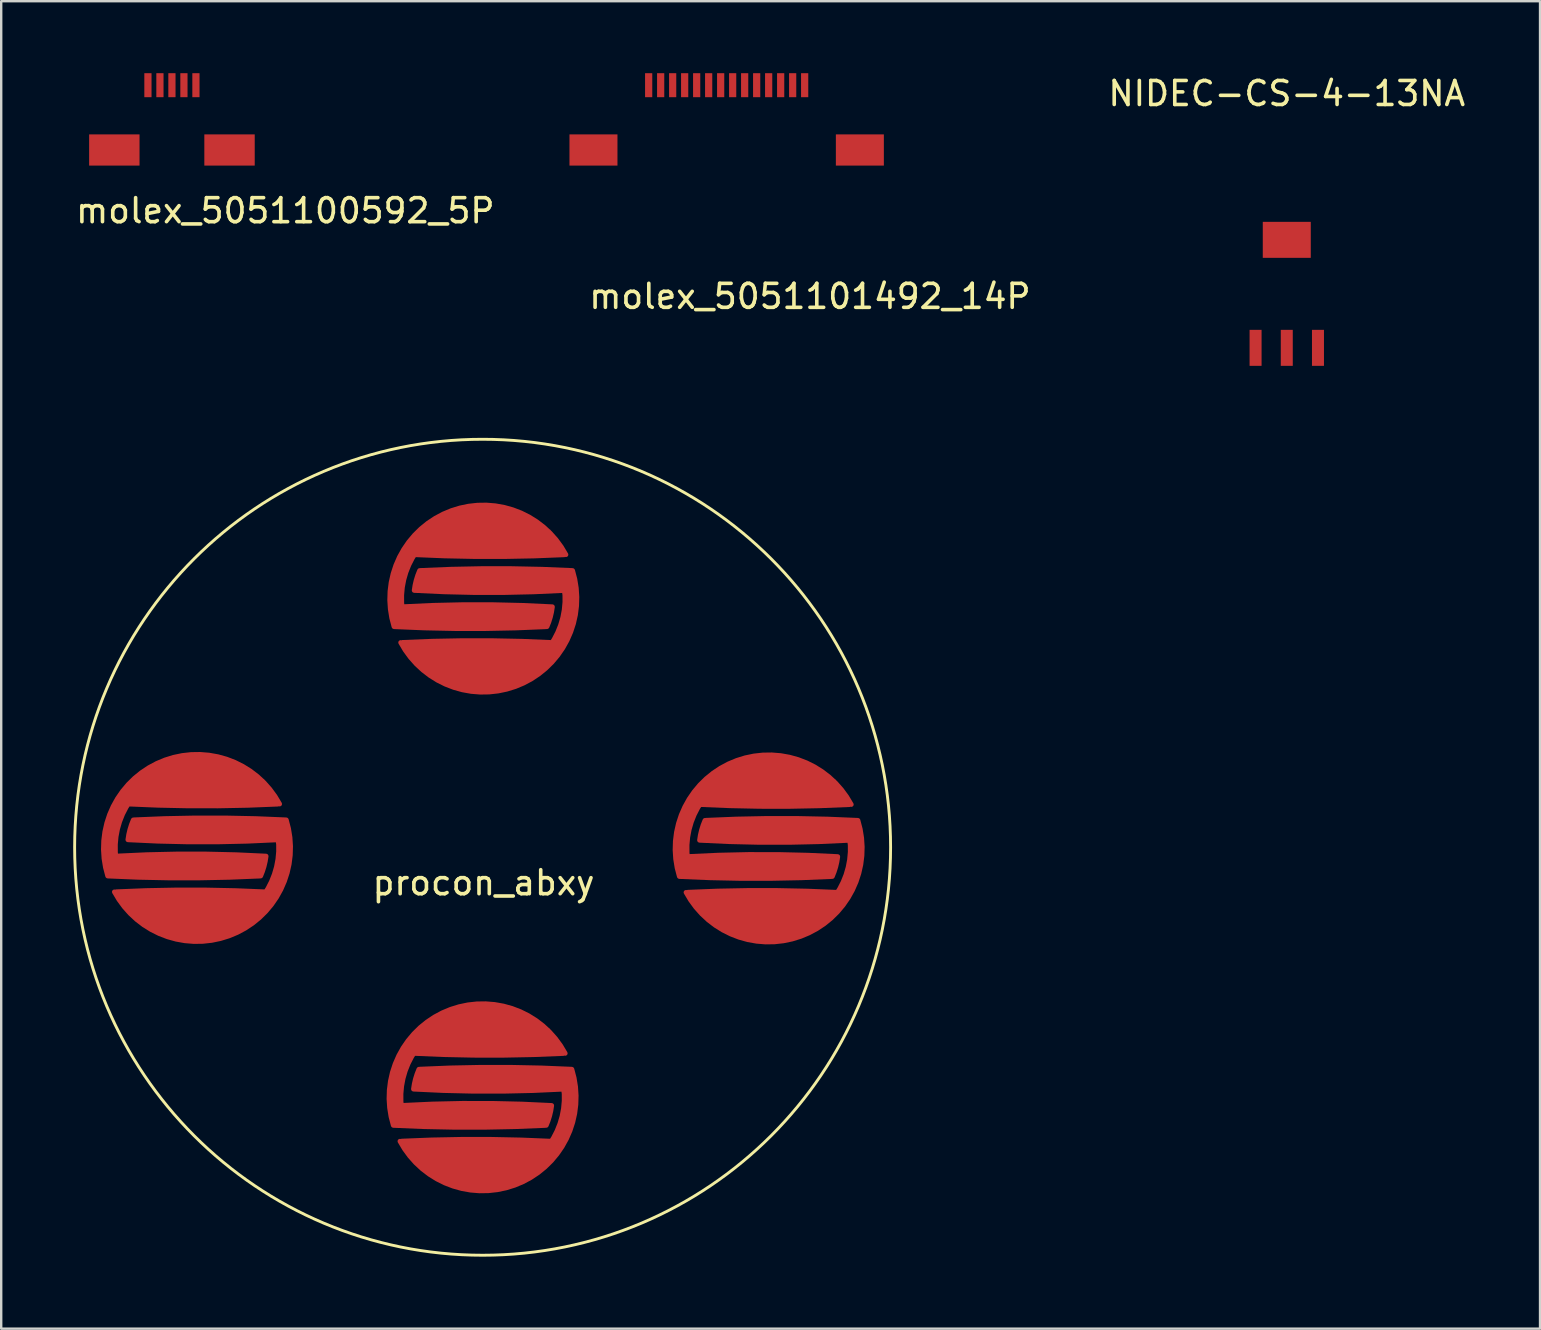
<source format=kicad_pcb>
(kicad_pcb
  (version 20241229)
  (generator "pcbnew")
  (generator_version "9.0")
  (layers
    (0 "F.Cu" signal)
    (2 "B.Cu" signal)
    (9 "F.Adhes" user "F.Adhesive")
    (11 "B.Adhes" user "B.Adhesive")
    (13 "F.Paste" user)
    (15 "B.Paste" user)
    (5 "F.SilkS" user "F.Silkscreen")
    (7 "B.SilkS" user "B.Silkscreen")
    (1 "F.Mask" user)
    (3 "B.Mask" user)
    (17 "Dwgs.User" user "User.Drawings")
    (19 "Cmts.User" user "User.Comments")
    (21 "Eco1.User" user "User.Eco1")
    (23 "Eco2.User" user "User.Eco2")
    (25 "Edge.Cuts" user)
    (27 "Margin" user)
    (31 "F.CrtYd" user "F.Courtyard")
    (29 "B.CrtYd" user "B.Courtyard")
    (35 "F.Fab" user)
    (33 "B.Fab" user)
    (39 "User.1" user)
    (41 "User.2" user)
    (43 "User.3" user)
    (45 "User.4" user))
  (footprint "NIDEC-CS-4-13NA"
    (layer "F.Cu")
    (at 50.568 6.944)
    (property "Reference" "NIDEC-CS-4-13NA" (at 0 -6.096 0) (layer "F.SilkS") (effects (font (size 1 1) (thickness 0.15))))
    (attr smd)
    (pad "1" smd rect (at -1.3 4.5) (size 0.5 1.5) (layers "F.Cu" "F.Mask" "F.Paste"))
    (pad "2" smd rect (at 0 4.5) (size 0.5 1.5) (layers "F.Cu" "F.Mask" "F.Paste"))
    (pad "3" smd rect (at 0 0) (size 2 1.5) (layers "F.Cu" "F.Mask" "F.Paste"))
    (pad "4" smd rect (at 1.3 4.5) (size 0.5 1.5) (layers "F.Cu" "F.Mask" "F.Paste")))
  (footprint "molex_5051100592_5P"
    (layer "F.Cu")
    (at 3.114 0.5)
    (property "Reference" "molex_5051100592_5P" (at 5.725 5.231 0) (layer "F.SilkS") (effects (font (size 1 1) (thickness 0.15))))
    (attr smd)
    (pad "" smd rect (at -1.4 2.7 90) (size 1.3 2.1) (layers "F.Cu" "F.Mask" "F.Paste"))
    (pad "" smd rect (at 3.4 2.7 90) (size 1.3 2.1) (layers "F.Cu" "F.Mask" "F.Paste"))
    (pad "1" smd rect (at 0 0 90) (size 1 0.3) (layers "F.Cu" "F.Mask" "F.Paste"))
    (pad "2" smd rect (at 0.5 0 90) (size 1 0.3) (layers "F.Cu" "F.Mask" "F.Paste"))
    (pad "3" smd rect (at 1 0 90) (size 1 0.3) (layers "F.Cu" "F.Mask" "F.Paste"))
    (pad "4" smd rect (at 1.5 0 90) (size 1 0.3) (layers "F.Cu" "F.Mask" "F.Paste"))
    (pad "5" smd rect (at 2 0 90) (size 1 0.3) (layers "F.Cu" "F.Mask" "F.Paste")))
  (footprint "procon_abxy"
    (layer "F.Cu")
    (at 17.06 32.254)
    (property "Reference" "procon_abxy" (at 0.04 1.48 0) (layer "F.SilkS") (effects (font (size 1 1) (thickness 0.15))))
    (attr exclude_from_pos_files exclude_from_bom)
    (fp_circle (center 0 0) (end 17 0) (stroke (width 0.12) (type solid)) (fill no) (layer "F.SilkS"))
    (pad "" smd circle (at -11.91 0.02) (size 8 8) (layers "F.Mask"))
    (pad "" smd circle (at 0.01 10.45) (size 8 8) (layers "F.Mask"))
    (pad "" smd circle (at 0.03 -10.36) (size 8 8) (layers "F.Mask"))
    (pad "" smd circle (at 11.93 0.04) (size 8 8) (layers "F.Mask"))
    (pad "1" smd custom (at 11.79 -2.7 90) (size 1.524 1.524) (layers "F.Cu" "F.Mask" "F.Paste") (options (anchor circle)) (primitives (gr_arc (start -0.922404 3.500009) (mid -0.999506 0.3815) (end -0.918734 -2.736916) (width 0.2)) (gr_arc (start -3.088552 -3.254467) (mid -1.95999 -3.178703) (end -0.918734 -2.736916) (width 0.2)) (gr_arc (start -3.920226 2.752478) (mid -4.001145 -0.419724) (end -3.9187 -3.591887) (width 0.2)) (gr_arc (start -3.08652 -3.209513) (mid -2.998257 -0.100476) (end -3.089109 3.008487) (width 0.2)) (gr_arc (start -3.091754 3.008173) (mid -3.513628 2.925856) (end -3.9187 2.782087) (width 0.2)) (gr_poly (pts (xy -3.91 2.75) (xy -3.16 2.99) (xy -3.05 1.75) (xy -3.05 0) (xy -3.08 -2.22) (xy -3.1 -3.24) (xy -2.65 -3.28) (xy -1.91 -3.2) (xy -1.2 -2.93) (xy -0.94 -2.75) (xy -0.96 -2.14) (xy -1 -0.39) (xy -0.96 0.97) (xy -0.92 2.77) (xy -0.94 3.42) (xy -0.84 3.5) (xy 0.08 2.89) (xy 0.63 1.99) (xy 0.91 1.46) (xy 1.08 0.65) (xy 1.12 -0.17) (xy 0.79 -1.57) (xy 0.24 -2.28) (xy -0.45 -3.04) (xy -1.45 -3.55) (xy -2.36 -3.75) (xy -3.18 -3.77) (xy -3.77 -3.61) (xy -3.93 -3.61) (xy -3.95 -1.06)) (width 0.1) (fill yes)) (gr_arc (start -3.914194 -3.593301) (mid 0.849425 -1.375642) (end -0.918734 3.572459) (width 0.2))))
    (pad "2" smd custom (at -0.13 7.67 90) (size 1.524 1.524) (layers "F.Cu" "F.Mask" "F.Paste") (options (anchor circle)) (primitives (gr_arc (start -0.922404 3.500009) (mid -0.999506 0.3815) (end -0.918734 -2.736916) (width 0.2)) (gr_arc (start -3.088552 -3.254467) (mid -1.95999 -3.178703) (end -0.918734 -2.736916) (width 0.2)) (gr_arc (start -3.920226 2.752478) (mid -4.001145 -0.419724) (end -3.9187 -3.591887) (width 0.2)) (gr_arc (start -3.08652 -3.209513) (mid -2.998257 -0.100476) (end -3.089109 3.008487) (width 0.2)) (gr_arc (start -3.091754 3.008173) (mid -3.513628 2.925856) (end -3.9187 2.782087) (width 0.2)) (gr_poly (pts (xy -3.91 2.75) (xy -3.16 2.99) (xy -3.05 1.75) (xy -3.05 0) (xy -3.08 -2.22) (xy -3.1 -3.24) (xy -2.65 -3.28) (xy -1.91 -3.2) (xy -1.2 -2.93) (xy -0.94 -2.75) (xy -0.96 -2.14) (xy -1 -0.39) (xy -0.96 0.97) (xy -0.92 2.77) (xy -0.94 3.42) (xy -0.84 3.5) (xy 0.08 2.89) (xy 0.63 1.99) (xy 0.91 1.46) (xy 1.08 0.65) (xy 1.12 -0.17) (xy 0.79 -1.57) (xy 0.24 -2.28) (xy -0.45 -3.04) (xy -1.45 -3.55) (xy -2.36 -3.75) (xy -3.18 -3.77) (xy -3.77 -3.61) (xy -3.93 -3.61) (xy -3.95 -1.06)) (width 0.1) (fill yes)) (gr_arc (start -3.914194 -3.593301) (mid 0.849425 -1.375642) (end -0.918734 3.572459) (width 0.2))))
    (pad "3" smd custom (at -12.03 -2.72 90) (size 1.524 1.524) (layers "F.Cu" "F.Mask" "F.Paste") (options (anchor circle)) (primitives (gr_arc (start -0.922404 3.500009) (mid -0.999506 0.3815) (end -0.918734 -2.736916) (width 0.2)) (gr_arc (start -3.088552 -3.254467) (mid -1.95999 -3.178703) (end -0.918734 -2.736916) (width 0.2)) (gr_arc (start -3.920226 2.752478) (mid -4.001145 -0.419724) (end -3.9187 -3.591887) (width 0.2)) (gr_arc (start -3.08652 -3.209513) (mid -2.998257 -0.100476) (end -3.089109 3.008487) (width 0.2)) (gr_arc (start -3.091754 3.008173) (mid -3.513628 2.925856) (end -3.9187 2.782087) (width 0.2)) (gr_poly (pts (xy -3.91 2.75) (xy -3.16 2.99) (xy -3.05 1.75) (xy -3.05 0) (xy -3.08 -2.22) (xy -3.1 -3.24) (xy -2.65 -3.28) (xy -1.91 -3.2) (xy -1.2 -2.93) (xy -0.94 -2.75) (xy -0.96 -2.14) (xy -1 -0.39) (xy -0.96 0.97) (xy -0.92 2.77) (xy -0.94 3.42) (xy -0.84 3.5) (xy 0.08 2.89) (xy 0.63 1.99) (xy 0.91 1.46) (xy 1.08 0.65) (xy 1.12 -0.17) (xy 0.79 -1.57) (xy 0.24 -2.28) (xy -0.45 -3.04) (xy -1.45 -3.55) (xy -2.36 -3.75) (xy -3.18 -3.77) (xy -3.77 -3.61) (xy -3.93 -3.61) (xy -3.95 -1.06)) (width 0.1) (fill yes)) (gr_arc (start -3.914194 -3.593301) (mid 0.849425 -1.375642) (end -0.918734 3.572459) (width 0.2))))
    (pad "4" smd custom (at -0.1 -13.11 90) (size 1.524 1.524) (layers "F.Cu" "F.Mask" "F.Paste") (options (anchor circle)) (primitives (gr_arc (start -0.922404 3.500009) (mid -0.999506 0.3815) (end -0.918734 -2.736916) (width 0.2)) (gr_arc (start -3.088552 -3.254467) (mid -1.95999 -3.178703) (end -0.918734 -2.736916) (width 0.2)) (gr_arc (start -3.920226 2.752478) (mid -4.001145 -0.419724) (end -3.9187 -3.591887) (width 0.2)) (gr_arc (start -3.08652 -3.209513) (mid -2.998257 -0.100476) (end -3.089109 3.008487) (width 0.2)) (gr_arc (start -3.091754 3.008173) (mid -3.513628 2.925856) (end -3.9187 2.782087) (width 0.2)) (gr_poly (pts (xy -3.91 2.75) (xy -3.16 2.99) (xy -3.05 1.75) (xy -3.05 0) (xy -3.08 -2.22) (xy -3.1 -3.24) (xy -2.65 -3.28) (xy -1.91 -3.2) (xy -1.2 -2.93) (xy -0.94 -2.75) (xy -0.96 -2.14) (xy -1 -0.39) (xy -0.96 0.97) (xy -0.92 2.77) (xy -0.94 3.42) (xy -0.84 3.5) (xy 0.08 2.89) (xy 0.63 1.99) (xy 0.91 1.46) (xy 1.08 0.65) (xy 1.12 -0.17) (xy 0.79 -1.57) (xy 0.24 -2.28) (xy -0.45 -3.04) (xy -1.45 -3.55) (xy -2.36 -3.75) (xy -3.18 -3.77) (xy -3.77 -3.61) (xy -3.93 -3.61) (xy -3.95 -1.06)) (width 0.1) (fill yes)) (gr_arc (start -3.914194 -3.593301) (mid 0.849425 -1.375642) (end -0.918734 3.572459) (width 0.2))))
    (pad "GND" smd custom (at -11.95 2.8 90) (size 1.524 1.524) (layers "F.Cu" "F.Mask" "F.Paste") (options (anchor circle)) (primitives (gr_arc (start 3.94255 -2.57544) (mid 4.023469 0.596762) (end 3.941024 3.768925) (width 0.2)) (gr_arc (start 3.110877 3.431506) (mid 1.982315 3.355743) (end 0.941058 2.913955) (width 0.2)) (gr_poly (pts (xy 0.91 -3.32) (xy -0.03 -2.65) (xy -0.72 -1.6) (xy -1.12 -0.13) (xy -0.91 1.28) (xy -0.41 2.31) (xy 0.26 2.98) (xy 0.9 3.45) (xy 2.21 3.91) (xy 3.04 3.93) (xy 3.93 3.78) (xy 4 2.3) (xy 4.03 0.72) (xy 4 -0.9) (xy 3.96 -2.16) (xy 3.92 -2.56) (xy 3.18 -2.81) (xy 3.12 -2.29) (xy 3.07 -0.02) (xy 3.07 1.79) (xy 3.12 3.37) (xy 2.53 3.45) (xy 1.84 3.38) (xy 1.07 3.06) (xy 0.9 2.94) (xy 0.93 1.74) (xy 0.98 0.36) (xy 0.98 -0.69) (xy 0.96 -1.6)) (width 0.1) (fill yes)) (gr_arc (start 3.114078 -2.831135) (mid 3.535952 -2.748818) (end 3.941024 -2.605049) (width 0.2)) (gr_arc (start 3.936518 3.770339) (mid -0.827101 1.55268) (end 0.941058 -3.395421) (width 0.2)) (gr_arc (start 3.108844 3.38655) (mid 3.020581 0.277513) (end 3.111433 -2.831449) (width 0.2)) (gr_arc (start 0.944728 -3.32297) (mid 1.02183 -0.204461) (end 0.941058 2.913955) (width 0.2))))
    (pad "GND" smd custom (at -0.05 13.19 90) (size 1.524 1.524) (layers "F.Cu" "F.Mask" "F.Paste") (options (anchor circle)) (primitives (gr_arc (start 3.94255 -2.57544) (mid 4.023469 0.596762) (end 3.941024 3.768925) (width 0.2)) (gr_arc (start 3.110877 3.431506) (mid 1.982315 3.355743) (end 0.941058 2.913955) (width 0.2)) (gr_poly (pts (xy 0.91 -3.32) (xy -0.03 -2.65) (xy -0.72 -1.6) (xy -1.12 -0.13) (xy -0.91 1.28) (xy -0.41 2.31) (xy 0.26 2.98) (xy 0.9 3.45) (xy 2.21 3.91) (xy 3.04 3.93) (xy 3.93 3.78) (xy 4 2.3) (xy 4.03 0.72) (xy 4 -0.9) (xy 3.96 -2.16) (xy 3.92 -2.56) (xy 3.18 -2.81) (xy 3.12 -2.29) (xy 3.07 -0.02) (xy 3.07 1.79) (xy 3.12 3.37) (xy 2.53 3.45) (xy 1.84 3.38) (xy 1.07 3.06) (xy 0.9 2.94) (xy 0.93 1.74) (xy 0.98 0.36) (xy 0.98 -0.69) (xy 0.96 -1.6)) (width 0.1) (fill yes)) (gr_arc (start 3.114078 -2.831135) (mid 3.535952 -2.748818) (end 3.941024 -2.605049) (width 0.2)) (gr_arc (start 3.936518 3.770339) (mid -0.827101 1.55268) (end 0.941058 -3.395421) (width 0.2)) (gr_arc (start 3.108844 3.38655) (mid 3.020581 0.277513) (end 3.111433 -2.831449) (width 0.2)) (gr_arc (start 0.944728 -3.32297) (mid 1.02183 -0.204461) (end 0.941058 2.913955) (width 0.2))))
    (pad "GND" smd custom (at -0.02 -7.59 90) (size 1.524 1.524) (layers "F.Cu" "F.Mask" "F.Paste") (options (anchor circle)) (primitives (gr_arc (start 3.94255 -2.57544) (mid 4.023469 0.596762) (end 3.941024 3.768925) (width 0.2)) (gr_arc (start 3.110877 3.431506) (mid 1.982315 3.355743) (end 0.941058 2.913955) (width 0.2)) (gr_poly (pts (xy 0.91 -3.32) (xy -0.03 -2.65) (xy -0.72 -1.6) (xy -1.12 -0.13) (xy -0.91 1.28) (xy -0.41 2.31) (xy 0.26 2.98) (xy 0.9 3.45) (xy 2.21 3.91) (xy 3.04 3.93) (xy 3.93 3.78) (xy 4 2.3) (xy 4.03 0.72) (xy 4 -0.9) (xy 3.96 -2.16) (xy 3.92 -2.56) (xy 3.18 -2.81) (xy 3.12 -2.29) (xy 3.07 -0.02) (xy 3.07 1.79) (xy 3.12 3.37) (xy 2.53 3.45) (xy 1.84 3.38) (xy 1.07 3.06) (xy 0.9 2.94) (xy 0.93 1.74) (xy 0.98 0.36) (xy 0.98 -0.69) (xy 0.96 -1.6)) (width 0.1) (fill yes)) (gr_arc (start 3.114078 -2.831135) (mid 3.535952 -2.748818) (end 3.941024 -2.605049) (width 0.2)) (gr_arc (start 3.936518 3.770339) (mid -0.827101 1.55268) (end 0.941058 -3.395421) (width 0.2)) (gr_arc (start 3.108844 3.38655) (mid 3.020581 0.277513) (end 3.111433 -2.831449) (width 0.2)) (gr_arc (start 0.944728 -3.32297) (mid 1.02183 -0.204461) (end 0.941058 2.913955) (width 0.2))))
    (pad "GND" smd custom (at 11.87 2.82 90) (size 1.524 1.524) (layers "F.Cu" "F.Mask" "F.Paste") (options (anchor circle)) (primitives (gr_arc (start 3.94255 -2.57544) (mid 4.023469 0.596762) (end 3.941024 3.768925) (width 0.2)) (gr_arc (start 3.110877 3.431506) (mid 1.982315 3.355743) (end 0.941058 2.913955) (width 0.2)) (gr_poly (pts (xy 0.91 -3.32) (xy -0.03 -2.65) (xy -0.72 -1.6) (xy -1.12 -0.13) (xy -0.91 1.28) (xy -0.41 2.31) (xy 0.26 2.98) (xy 0.9 3.45) (xy 2.21 3.91) (xy 3.04 3.93) (xy 3.93 3.78) (xy 4 2.3) (xy 4.03 0.72) (xy 4 -0.9) (xy 3.96 -2.16) (xy 3.92 -2.56) (xy 3.18 -2.81) (xy 3.12 -2.29) (xy 3.07 -0.02) (xy 3.07 1.79) (xy 3.12 3.37) (xy 2.53 3.45) (xy 1.84 3.38) (xy 1.07 3.06) (xy 0.9 2.94) (xy 0.93 1.74) (xy 0.98 0.36) (xy 0.98 -0.69) (xy 0.96 -1.6)) (width 0.1) (fill yes)) (gr_arc (start 3.114078 -2.831135) (mid 3.535952 -2.748818) (end 3.941024 -2.605049) (width 0.2)) (gr_arc (start 3.936518 3.770339) (mid -0.827101 1.55268) (end 0.941058 -3.395421) (width 0.2)) (gr_arc (start 3.108844 3.38655) (mid 3.020581 0.277513) (end 3.111433 -2.831449) (width 0.2)) (gr_arc (start 0.944728 -3.32297) (mid 1.02183 -0.204461) (end 0.941058 2.913955) (width 0.2)))))
  (footprint "molex_5051101492_14P"
    (layer "F.Cu")
    (at 23.979 0.5)
    (property "Reference" "molex_5051101492_14P" (at 6.72 8.8 0) (layer "F.SilkS") (effects (font (size 1 1) (thickness 0.15))))
    (attr smd)
    (pad "" smd rect (at -2.3 2.7 90) (size 1.3 2) (layers "F.Cu" "F.Mask" "F.Paste"))
    (pad "" smd rect (at 8.8 2.7 90) (size 1.3 2) (layers "F.Cu" "F.Mask" "F.Paste"))
    (pad "1" smd rect (at 0 0 90) (size 1 0.3) (layers "F.Cu" "F.Mask" "F.Paste"))
    (pad "2" smd rect (at 0.5 0 90) (size 1 0.3) (layers "F.Cu" "F.Mask" "F.Paste"))
    (pad "3" smd rect (at 1 0 90) (size 1 0.3) (layers "F.Cu" "F.Mask" "F.Paste"))
    (pad "4" smd rect (at 1.5 0 90) (size 1 0.3) (layers "F.Cu" "F.Mask" "F.Paste"))
    (pad "5" smd rect (at 2 0 90) (size 1 0.3) (layers "F.Cu" "F.Mask" "F.Paste"))
    (pad "6" smd rect (at 2.5 0 90) (size 1 0.3) (layers "F.Cu" "F.Mask" "F.Paste"))
    (pad "7" smd rect (at 3 0 90) (size 1 0.3) (layers "F.Cu" "F.Mask" "F.Paste"))
    (pad "8" smd rect (at 3.5 0 90) (size 1 0.3) (layers "F.Cu" "F.Mask" "F.Paste"))
    (pad "9" smd rect (at 4 0 90) (size 1 0.3) (layers "F.Cu" "F.Mask" "F.Paste"))
    (pad "10" smd rect (at 4.5 0 90) (size 1 0.3) (layers "F.Cu" "F.Mask" "F.Paste"))
    (pad "11" smd rect (at 5 0 90) (size 1 0.3) (layers "F.Cu" "F.Mask" "F.Paste"))
    (pad "12" smd rect (at 5.5 0 90) (size 1 0.3) (layers "F.Cu" "F.Mask" "F.Paste"))
    (pad "13" smd rect (at 6 0 90) (size 1 0.3) (layers "F.Cu" "F.Mask" "F.Paste"))
    (pad "14" smd rect (at 6.5 0 90) (size 1 0.3) (layers "F.Cu" "F.Mask" "F.Paste")))
  (gr_rect
    (start -3 -3)
    (end 61.121 52.314)
    (stroke (width 0.1) (type default))
    (fill no)
    (layer "Edge.Cuts")))
</source>
